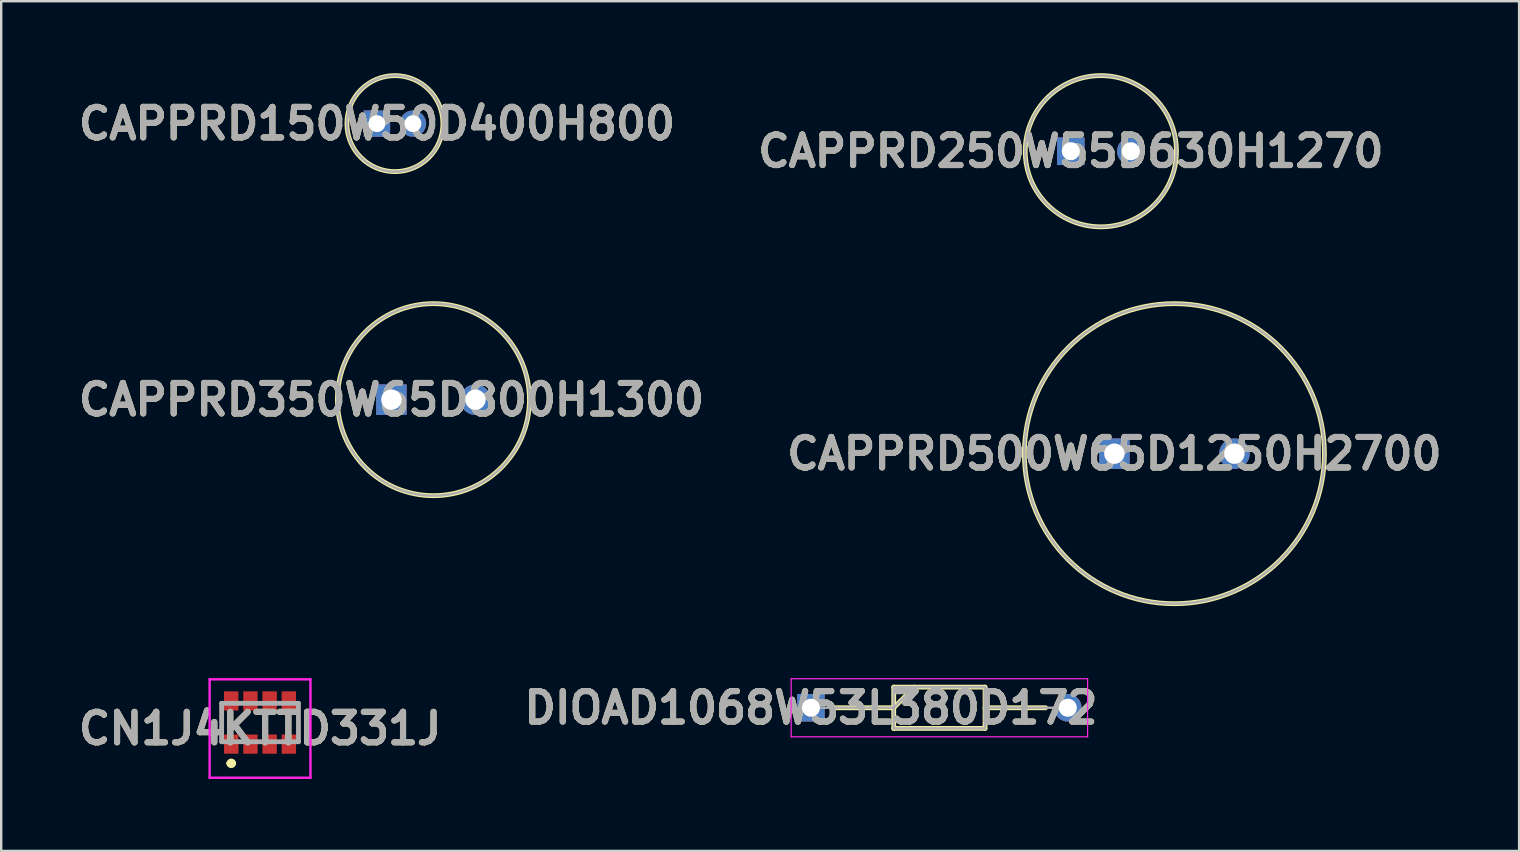
<source format=kicad_pcb>
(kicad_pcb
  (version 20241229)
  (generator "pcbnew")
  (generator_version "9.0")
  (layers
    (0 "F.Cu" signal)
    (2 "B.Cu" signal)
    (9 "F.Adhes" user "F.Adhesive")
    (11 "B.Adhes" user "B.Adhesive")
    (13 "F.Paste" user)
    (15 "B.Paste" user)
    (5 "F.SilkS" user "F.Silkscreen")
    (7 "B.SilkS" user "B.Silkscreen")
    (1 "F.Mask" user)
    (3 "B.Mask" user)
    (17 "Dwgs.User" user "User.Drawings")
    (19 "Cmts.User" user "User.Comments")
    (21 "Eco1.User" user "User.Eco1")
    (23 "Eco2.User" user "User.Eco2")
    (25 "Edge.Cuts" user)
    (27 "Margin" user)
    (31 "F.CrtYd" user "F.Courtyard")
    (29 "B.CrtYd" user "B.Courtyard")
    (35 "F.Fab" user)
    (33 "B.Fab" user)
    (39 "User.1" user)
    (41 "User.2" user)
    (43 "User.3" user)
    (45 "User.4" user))
  (footprint "CAPPRD350W65D800H1300"
    (layer "F.Cu")
    (at 13.256 13.6)
    (property "Reference" "CAPPRD350W65D800H1300" (at 0 0 0) (layer "F.SilkS") (effects (font (size 1.27 1.27) (thickness 0.254))))
    (attr through_hole)
    (fp_circle (center 1.75 0) (end 1.75 4) (stroke (width 0.2) (type solid)) (fill no) (layer "F.SilkS"))
    (fp_circle (center 1.75 0) (end 1.75 4) (stroke (width 0.1) (type solid)) (fill no) (layer "F.Fab"))
    (fp_text user "${REFERENCE}" (at 0 0 0) (layer "F.Fab") (effects (font (size 1.27 1.27) (thickness 0.254))))
    (pad "1" thru_hole rect (at 0 0) (size 1.275 1.275) (drill 0.85) (layers "*.Cu" "*.Mask"))
    (pad "2" thru_hole circle (at 3.5 0) (size 1.275 1.275) (drill 0.85) (layers "*.Cu" "*.Mask")))
  (footprint "CN1J4KTTD331J"
    (layer "F.Cu")
    (at 7.783 27.05)
    (property "Reference" "CN1J4KTTD331J" (at 0 0.25 0) (layer "F.SilkS") (effects (font (size 1.27 1.27) (thickness 0.254))))
    (attr smd)
    (fp_line (start -1.6 -0.2) (end -1.6 0.2) (stroke (width 0.1) (type solid)) (layer "F.SilkS"))
    (fp_line (start -1.3 1.7) (end -1.3 1.7) (stroke (width 0.2) (type solid)) (layer "F.SilkS"))
    (fp_line (start -1.1 1.7) (end -1.1 1.7) (stroke (width 0.2) (type solid)) (layer "F.SilkS"))
    (fp_line (start 1.6 -0.2) (end 1.6 0.2) (stroke (width 0.1) (type solid)) (layer "F.SilkS"))
    (fp_arc (start -1.3 1.7) (mid -1.2 1.6) (end -1.1 1.7) (stroke (width 0.2) (type solid)) (layer "F.SilkS"))
    (fp_arc (start -1.1 1.7) (mid -1.2 1.8) (end -1.3 1.7) (stroke (width 0.2) (type solid)) (layer "F.SilkS"))
    (fp_line (start -2.1 -1.8) (end 2.1 -1.8) (stroke (width 0.1) (type solid)) (layer "F.CrtYd"))
    (fp_line (start -2.1 2.3) (end -2.1 -1.8) (stroke (width 0.1) (type solid)) (layer "F.CrtYd"))
    (fp_line (start 2.1 -1.8) (end 2.1 2.3) (stroke (width 0.1) (type solid)) (layer "F.CrtYd"))
    (fp_line (start 2.1 2.3) (end -2.1 2.3) (stroke (width 0.1) (type solid)) (layer "F.CrtYd"))
    (fp_line (start -1.6 -0.8) (end 1.6 -0.8) (stroke (width 0.2) (type solid)) (layer "F.Fab"))
    (fp_line (start -1.6 0.8) (end -1.6 -0.8) (stroke (width 0.2) (type solid)) (layer "F.Fab"))
    (fp_line (start 1.6 -0.8) (end 1.6 0.8) (stroke (width 0.2) (type solid)) (layer "F.Fab"))
    (fp_line (start 1.6 0.8) (end -1.6 0.8) (stroke (width 0.2) (type solid)) (layer "F.Fab"))
    (fp_text user "${REFERENCE}" (at 0 0.25 0) (layer "F.Fab") (effects (font (size 1.27 1.27) (thickness 0.254))))
    (pad "1" smd rect (at -1.2 0.9) (size 0.6 0.8) (layers "F.Cu" "F.Mask" "F.Paste"))
    (pad "2" smd rect (at -1.2 -0.9) (size 0.6 0.8) (layers "F.Cu" "F.Mask" "F.Paste"))
    (pad "3" smd rect (at -0.4 0.9) (size 0.6 0.8) (layers "F.Cu" "F.Mask" "F.Paste"))
    (pad "4" smd rect (at -0.4 -0.9) (size 0.6 0.8) (layers "F.Cu" "F.Mask" "F.Paste"))
    (pad "5" smd rect (at 0.4 0.9) (size 0.6 0.8) (layers "F.Cu" "F.Mask" "F.Paste"))
    (pad "6" smd rect (at 0.4 -0.9) (size 0.6 0.8) (layers "F.Cu" "F.Mask" "F.Paste"))
    (pad "7" smd rect (at 1.2 0.9) (size 0.6 0.8) (layers "F.Cu" "F.Mask" "F.Paste"))
    (pad "8" smd rect (at 1.2 -0.9) (size 0.6 0.8) (layers "F.Cu" "F.Mask" "F.Paste")))
  (footprint "CAPPRD250W55D630H1270"
    (layer "F.Cu")
    (at 41.56 3.25)
    (property "Reference" "CAPPRD250W55D630H1270" (at 0 0 0) (layer "F.SilkS") (effects (font (size 1.27 1.27) (thickness 0.254))))
    (attr through_hole)
    (fp_circle (center 1.25 0) (end 1.25 3.15) (stroke (width 0.2) (type solid)) (fill no) (layer "F.SilkS"))
    (fp_circle (center 1.25 0) (end 1.25 3.15) (stroke (width 0.1) (type solid)) (fill no) (layer "F.Fab"))
    (fp_text user "${REFERENCE}" (at 0 0 0) (layer "F.Fab") (effects (font (size 1.27 1.27) (thickness 0.254))))
    (pad "1" thru_hole rect (at 0 0) (size 1.15 1.15) (drill 0.75) (layers "*.Cu" "*.Mask"))
    (pad "2" thru_hole circle (at 2.5 0) (size 1.15 1.15) (drill 0.75) (layers "*.Cu" "*.Mask")))
  (footprint "CAPPRD150W50D400H800"
    (layer "F.Cu")
    (at 12.652 2.1)
    (property "Reference" "CAPPRD150W50D400H800" (at 0 0 0) (layer "F.SilkS") (effects (font (size 1.27 1.27) (thickness 0.254))))
    (attr through_hole)
    (fp_circle (center 0.75 0) (end 0.75 2) (stroke (width 0.2) (type solid)) (fill no) (layer "F.SilkS"))
    (fp_circle (center 0.75 0) (end 0.75 2) (stroke (width 0.1) (type solid)) (fill no) (layer "F.Fab"))
    (fp_text user "${REFERENCE}" (at 0 0 0) (layer "F.Fab") (effects (font (size 1.27 1.27) (thickness 0.254))))
    (pad "1" thru_hole rect (at 0 0) (size 1.1 1.1) (drill 0.7) (layers "*.Cu" "*.Mask"))
    (pad "2" thru_hole circle (at 1.5 0) (size 1.1 1.1) (drill 0.7) (layers "*.Cu" "*.Mask")))
  (footprint "DIOAD1068W53L380D172"
    (layer "F.Cu")
    (at 30.734 26.435)
    (property "Reference" "DIOAD1068W53L380D172" (at 0 0 0) (layer "F.SilkS") (effects (font (size 1.27 1.27) (thickness 0.254))))
    (attr through_hole)
    (fp_line (start 0.925 0) (end 3.448 0) (stroke (width 0.2) (type solid)) (layer "F.SilkS"))
    (fp_line (start 3.448 -0.86) (end 7.252 -0.86) (stroke (width 0.2) (type solid)) (layer "F.SilkS"))
    (fp_line (start 3.448 0) (end 4.308 -0.86) (stroke (width 0.2) (type solid)) (layer "F.SilkS"))
    (fp_line (start 3.448 0.86) (end 3.448 -0.86) (stroke (width 0.2) (type solid)) (layer "F.SilkS"))
    (fp_line (start 7.252 -0.86) (end 7.252 0.86) (stroke (width 0.2) (type solid)) (layer "F.SilkS"))
    (fp_line (start 7.252 0) (end 9.775 0) (stroke (width 0.2) (type solid)) (layer "F.SilkS"))
    (fp_line (start 7.252 0.86) (end 3.448 0.86) (stroke (width 0.2) (type solid)) (layer "F.SilkS"))
    (fp_line (start -0.825 -1.21) (end 11.525 -1.21) (stroke (width 0.05) (type solid)) (layer "F.CrtYd"))
    (fp_line (start -0.825 1.21) (end -0.825 -1.21) (stroke (width 0.05) (type solid)) (layer "F.CrtYd"))
    (fp_line (start 11.525 -1.21) (end 11.525 1.21) (stroke (width 0.05) (type solid)) (layer "F.CrtYd"))
    (fp_line (start 11.525 1.21) (end -0.825 1.21) (stroke (width 0.05) (type solid)) (layer "F.CrtYd"))
    (fp_line (start 0 0) (end 3.448 0) (stroke (width 0.1) (type solid)) (layer "F.Fab"))
    (fp_line (start 3.448 -0.86) (end 7.253 -0.86) (stroke (width 0.1) (type solid)) (layer "F.Fab"))
    (fp_line (start 3.448 0) (end 4.308 -0.86) (stroke (width 0.1) (type solid)) (layer "F.Fab"))
    (fp_line (start 3.448 0.86) (end 3.448 -0.86) (stroke (width 0.1) (type solid)) (layer "F.Fab"))
    (fp_line (start 7.252 0) (end 10.7 0) (stroke (width 0.1) (type solid)) (layer "F.Fab"))
    (fp_line (start 7.253 -0.86) (end 7.253 0.86) (stroke (width 0.1) (type solid)) (layer "F.Fab"))
    (fp_line (start 7.253 0.86) (end 3.448 0.86) (stroke (width 0.1) (type solid)) (layer "F.Fab"))
    (fp_text user "${REFERENCE}" (at 0 0 0) (layer "F.Fab") (effects (font (size 1.27 1.27) (thickness 0.254))))
    (pad "1" thru_hole rect (at 0 0) (size 1.15 1.15) (drill 0.75) (layers "*.Cu" "*.Mask"))
    (pad "2" thru_hole circle (at 10.7 0) (size 1.15 1.15) (drill 0.75) (layers "*.Cu" "*.Mask")))
  (footprint "CAPPRD500W65D1250H2700"
    (layer "F.Cu")
    (at 43.374 15.85)
    (property "Reference" "CAPPRD500W65D1250H2700" (at 0 0 0) (layer "F.SilkS") (effects (font (size 1.27 1.27) (thickness 0.254))))
    (attr through_hole)
    (fp_circle (center 2.5 0) (end 2.5 6.25) (stroke (width 0.2) (type solid)) (fill no) (layer "F.SilkS"))
    (fp_circle (center 2.5 0) (end 2.5 6.25) (stroke (width 0.1) (type solid)) (fill no) (layer "F.Fab"))
    (fp_text user "${REFERENCE}" (at 0 0 0) (layer "F.Fab") (effects (font (size 1.27 1.27) (thickness 0.254))))
    (pad "1" thru_hole rect (at 0 0) (size 1.275 1.275) (drill 0.85) (layers "*.Cu" "*.Mask"))
    (pad "2" thru_hole circle (at 5 0) (size 1.275 1.275) (drill 0.85) (layers "*.Cu" "*.Mask")))
  (gr_rect
    (start -3 -3)
    (end 60.235 32.4)
    (stroke (width 0.1) (type default))
    (fill no)
    (layer "Edge.Cuts")))
</source>
